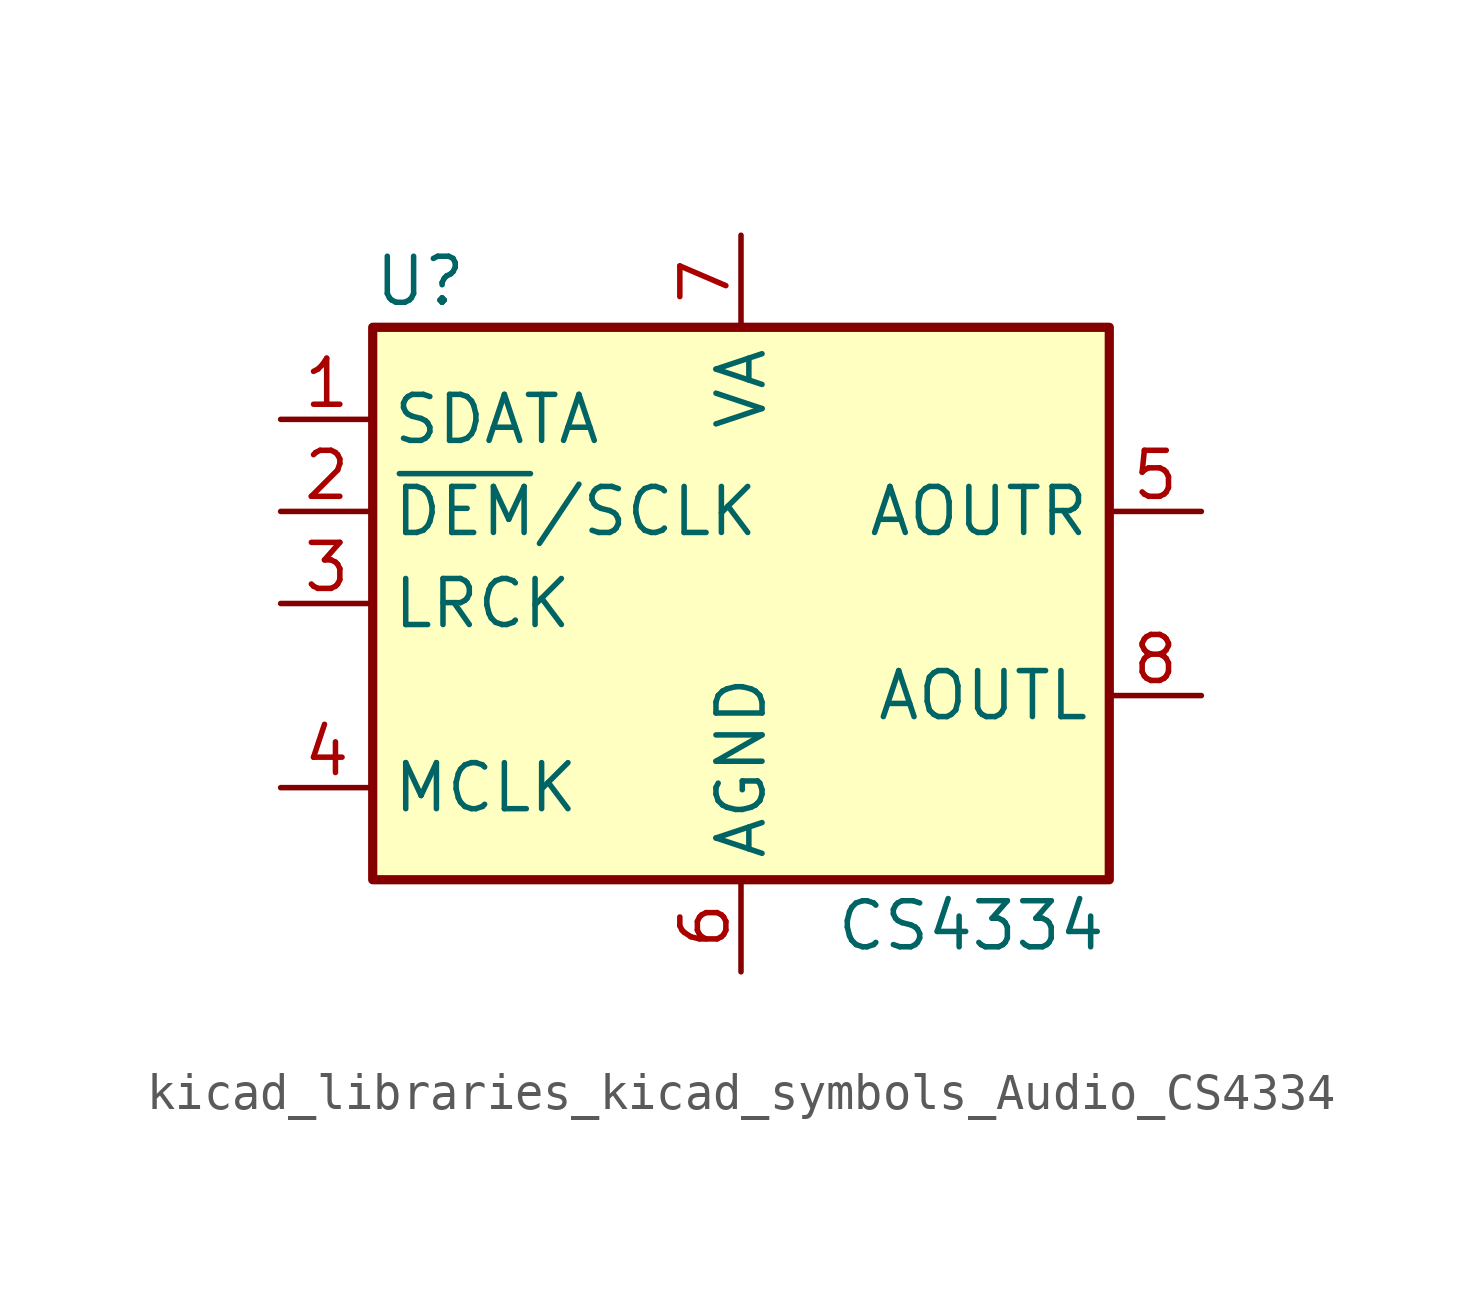
<source format=kicad_sym>
(kicad_symbol_lib
  (version 20220914)
  (generator kicad_symbol_editor)
  (symbol "kicad_libraries_kicad_symbols_Audio_CS4334"
    (property "Reference" "U"
      (at -10.16 8.89 0)
      (effects (font (size 1.27 1.27)) (justify left)))
    (property "Value" "CS4334"
      (at 6.35 -8.89 0)
      (effects (font (size 1.27 1.27))))
    (symbol "kicad_libraries_kicad_symbols_Audio_CS4334_0_1"
      (rectangle (start -10.16 7.62) (end 10.16 -7.62) (stroke (width 0.254) (type default)) (fill (type background))))
    (symbol "kicad_libraries_kicad_symbols_Audio_CS4334_1_1"
      (pin input line (at -12.7 5.08 0) (length 2.54) (name "SDATA" (effects (font (size 1.27 1.27)))) (number "1" (effects (font (size 1.27 1.27)))))
      (pin input line (at -12.7 2.54 0) (length 2.54) (name "~{DEM}/SCLK" (effects (font (size 1.27 1.27)))) (number "2" (effects (font (size 1.27 1.27)))))
      (pin input line (at -12.7 0 0) (length 2.54) (name "LRCK" (effects (font (size 1.27 1.27)))) (number "3" (effects (font (size 1.27 1.27)))))
      (pin input line (at -12.7 -5.08 0) (length 2.54) (name "MCLK" (effects (font (size 1.27 1.27)))) (number "4" (effects (font (size 1.27 1.27)))))
      (pin output line (at 12.7 2.54 180) (length 2.54) (name "AOUTR" (effects (font (size 1.27 1.27)))) (number "5" (effects (font (size 1.27 1.27)))))
      (pin power_in line (at 0 -10.16 90) (length 2.54) (name "AGND" (effects (font (size 1.27 1.27)))) (number "6" (effects (font (size 1.27 1.27)))))
      (pin power_in line (at 0 10.16 270) (length 2.54) (name "VA" (effects (font (size 1.27 1.27)))) (number "7" (effects (font (size 1.27 1.27)))))
      (pin output line (at 12.7 -2.54 180) (length 2.54) (name "AOUTL" (effects (font (size 1.27 1.27)))) (number "8" (effects (font (size 1.27 1.27))))))))
</source>
